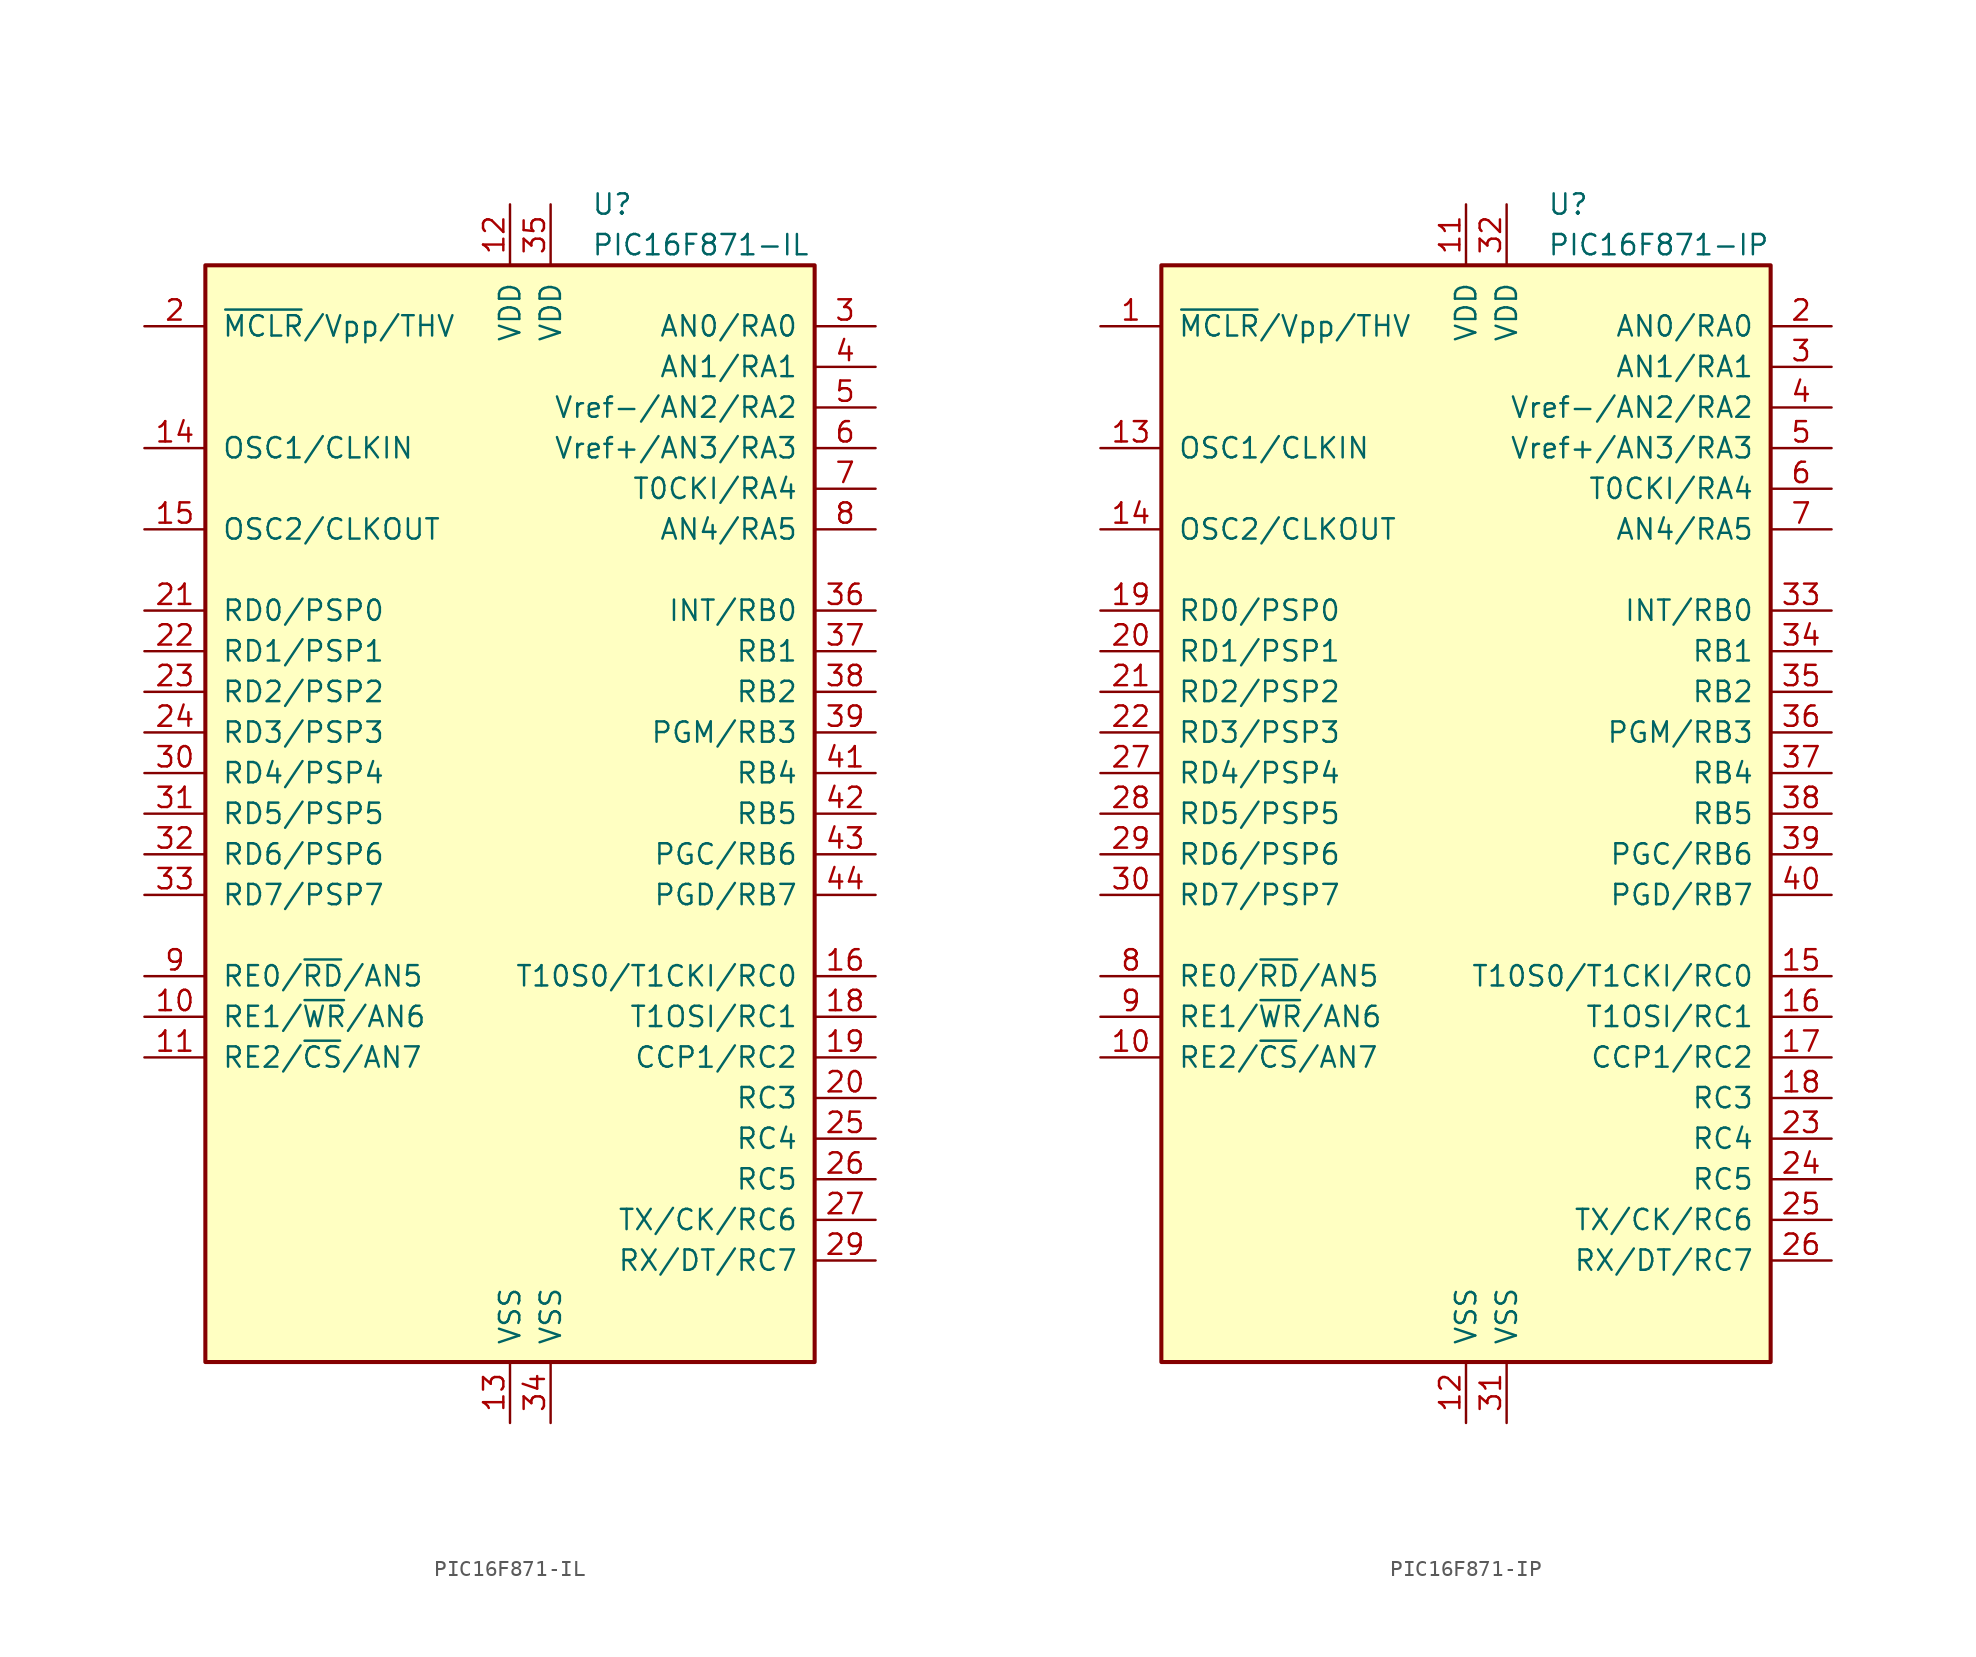
<source format=kicad_sym>
(kicad_symbol_lib
  (version 20201005)
  (generator kicad_symbol_editor)
  (symbol "MCU_Microchip_PIC16:PIC16F871-IL"
    (pin_names
      (offset 1.016))
    (property "Reference" "U"
      (at 5.08 38.1 0)
      (effects (font (size 1.27 1.27)) (justify left)))
    (property "Value" "PIC16F871-IL"
      (at 5.08 35.56 0)
      (effects (font (size 1.27 1.27)) (justify left)))
    (symbol "PIC16F871-IL_0_1"
      (rectangle (start -19.05 -34.29) (end 19.05 34.29) (stroke (width 0.254)) (fill (type background))))
    (symbol "PIC16F871-IL_1_1"
      (pin bidirectional line (at -22.86 -12.7 0) (length 3.81) (name "RE1/~WR~/AN6" (effects (font (size 1.27 1.27)))) (number "10" (effects (font (size 1.27 1.27)))))
      (pin bidirectional line (at -22.86 -15.24 0) (length 3.81) (name "RE2/~CS~/AN7" (effects (font (size 1.27 1.27)))) (number "11" (effects (font (size 1.27 1.27)))))
      (pin power_in line (at 0 38.1 270) (length 3.81) (name "VDD" (effects (font (size 1.27 1.27)))) (number "12" (effects (font (size 1.27 1.27)))))
      (pin power_in line (at 0 -38.1 90) (length 3.81) (name "VSS" (effects (font (size 1.27 1.27)))) (number "13" (effects (font (size 1.27 1.27)))))
      (pin input line (at -22.86 22.86 0) (length 3.81) (name "OSC1/CLKIN" (effects (font (size 1.27 1.27)))) (number "14" (effects (font (size 1.27 1.27)))))
      (pin output line (at -22.86 17.78 0) (length 3.81) (name "OSC2/CLKOUT" (effects (font (size 1.27 1.27)))) (number "15" (effects (font (size 1.27 1.27)))))
      (pin bidirectional line (at 22.86 -10.16 180) (length 3.81) (name "T10S0/T1CKI/RC0" (effects (font (size 1.27 1.27)))) (number "16" (effects (font (size 1.27 1.27)))))
      (pin bidirectional line (at 22.86 -12.7 180) (length 3.81) (name "T1OSI/RC1" (effects (font (size 1.27 1.27)))) (number "18" (effects (font (size 1.27 1.27)))))
      (pin bidirectional line (at 22.86 -15.24 180) (length 3.81) (name "CCP1/RC2" (effects (font (size 1.27 1.27)))) (number "19" (effects (font (size 1.27 1.27)))))
      (pin input line (at -22.86 30.48 0) (length 3.81) (name "~MCLR~/Vpp/THV" (effects (font (size 1.27 1.27)))) (number "2" (effects (font (size 1.27 1.27)))))
      (pin bidirectional line (at 22.86 -17.78 180) (length 3.81) (name "RC3" (effects (font (size 1.27 1.27)))) (number "20" (effects (font (size 1.27 1.27)))))
      (pin bidirectional line (at -22.86 12.7 0) (length 3.81) (name "RD0/PSP0" (effects (font (size 1.27 1.27)))) (number "21" (effects (font (size 1.27 1.27)))))
      (pin bidirectional line (at -22.86 10.16 0) (length 3.81) (name "RD1/PSP1" (effects (font (size 1.27 1.27)))) (number "22" (effects (font (size 1.27 1.27)))))
      (pin bidirectional line (at -22.86 7.62 0) (length 3.81) (name "RD2/PSP2" (effects (font (size 1.27 1.27)))) (number "23" (effects (font (size 1.27 1.27)))))
      (pin bidirectional line (at -22.86 5.08 0) (length 3.81) (name "RD3/PSP3" (effects (font (size 1.27 1.27)))) (number "24" (effects (font (size 1.27 1.27)))))
      (pin bidirectional line (at 22.86 -20.32 180) (length 3.81) (name "RC4" (effects (font (size 1.27 1.27)))) (number "25" (effects (font (size 1.27 1.27)))))
      (pin bidirectional line (at 22.86 -22.86 180) (length 3.81) (name "RC5" (effects (font (size 1.27 1.27)))) (number "26" (effects (font (size 1.27 1.27)))))
      (pin bidirectional line (at 22.86 -25.4 180) (length 3.81) (name "TX/CK/RC6" (effects (font (size 1.27 1.27)))) (number "27" (effects (font (size 1.27 1.27)))))
      (pin bidirectional line (at 22.86 -27.94 180) (length 3.81) (name "RX/DT/RC7" (effects (font (size 1.27 1.27)))) (number "29" (effects (font (size 1.27 1.27)))))
      (pin bidirectional line (at 22.86 30.48 180) (length 3.81) (name "AN0/RA0" (effects (font (size 1.27 1.27)))) (number "3" (effects (font (size 1.27 1.27)))))
      (pin bidirectional line (at -22.86 2.54 0) (length 3.81) (name "RD4/PSP4" (effects (font (size 1.27 1.27)))) (number "30" (effects (font (size 1.27 1.27)))))
      (pin bidirectional line (at -22.86 0 0) (length 3.81) (name "RD5/PSP5" (effects (font (size 1.27 1.27)))) (number "31" (effects (font (size 1.27 1.27)))))
      (pin bidirectional line (at -22.86 -2.54 0) (length 3.81) (name "RD6/PSP6" (effects (font (size 1.27 1.27)))) (number "32" (effects (font (size 1.27 1.27)))))
      (pin bidirectional line (at -22.86 -5.08 0) (length 3.81) (name "RD7/PSP7" (effects (font (size 1.27 1.27)))) (number "33" (effects (font (size 1.27 1.27)))))
      (pin power_in line (at 2.54 -38.1 90) (length 3.81) (name "VSS" (effects (font (size 1.27 1.27)))) (number "34" (effects (font (size 1.27 1.27)))))
      (pin power_in line (at 2.54 38.1 270) (length 3.81) (name "VDD" (effects (font (size 1.27 1.27)))) (number "35" (effects (font (size 1.27 1.27)))))
      (pin bidirectional line (at 22.86 12.7 180) (length 3.81) (name "INT/RB0" (effects (font (size 1.27 1.27)))) (number "36" (effects (font (size 1.27 1.27)))))
      (pin bidirectional line (at 22.86 10.16 180) (length 3.81) (name "RB1" (effects (font (size 1.27 1.27)))) (number "37" (effects (font (size 1.27 1.27)))))
      (pin bidirectional line (at 22.86 7.62 180) (length 3.81) (name "RB2" (effects (font (size 1.27 1.27)))) (number "38" (effects (font (size 1.27 1.27)))))
      (pin bidirectional line (at 22.86 5.08 180) (length 3.81) (name "PGM/RB3" (effects (font (size 1.27 1.27)))) (number "39" (effects (font (size 1.27 1.27)))))
      (pin bidirectional line (at 22.86 27.94 180) (length 3.81) (name "AN1/RA1" (effects (font (size 1.27 1.27)))) (number "4" (effects (font (size 1.27 1.27)))))
      (pin bidirectional line (at 22.86 2.54 180) (length 3.81) (name "RB4" (effects (font (size 1.27 1.27)))) (number "41" (effects (font (size 1.27 1.27)))))
      (pin bidirectional line (at 22.86 0 180) (length 3.81) (name "RB5" (effects (font (size 1.27 1.27)))) (number "42" (effects (font (size 1.27 1.27)))))
      (pin bidirectional line (at 22.86 -2.54 180) (length 3.81) (name "PGC/RB6" (effects (font (size 1.27 1.27)))) (number "43" (effects (font (size 1.27 1.27)))))
      (pin bidirectional line (at 22.86 -5.08 180) (length 3.81) (name "PGD/RB7" (effects (font (size 1.27 1.27)))) (number "44" (effects (font (size 1.27 1.27)))))
      (pin bidirectional line (at 22.86 25.4 180) (length 3.81) (name "Vref-/AN2/RA2" (effects (font (size 1.27 1.27)))) (number "5" (effects (font (size 1.27 1.27)))))
      (pin bidirectional line (at 22.86 22.86 180) (length 3.81) (name "Vref+/AN3/RA3" (effects (font (size 1.27 1.27)))) (number "6" (effects (font (size 1.27 1.27)))))
      (pin bidirectional line (at 22.86 20.32 180) (length 3.81) (name "T0CKI/RA4" (effects (font (size 1.27 1.27)))) (number "7" (effects (font (size 1.27 1.27)))))
      (pin bidirectional line (at 22.86 17.78 180) (length 3.81) (name "AN4/RA5" (effects (font (size 1.27 1.27)))) (number "8" (effects (font (size 1.27 1.27)))))
      (pin bidirectional line (at -22.86 -10.16 0) (length 3.81) (name "RE0/~RD~/AN5" (effects (font (size 1.27 1.27)))) (number "9" (effects (font (size 1.27 1.27)))))))
  (symbol "MCU_Microchip_PIC16:PIC16F871-IP"
    (pin_names
      (offset 1.016))
    (property "Reference" "U"
      (at 5.08 38.1 0)
      (effects (font (size 1.27 1.27)) (justify left)))
    (property "Value" "PIC16F871-IP"
      (at 5.08 35.56 0)
      (effects (font (size 1.27 1.27)) (justify left)))
    (symbol "PIC16F871-IP_0_1"
      (rectangle (start -19.05 -34.29) (end 19.05 34.29) (stroke (width 0.254)) (fill (type background))))
    (symbol "PIC16F871-IP_1_1"
      (pin input line (at -22.86 30.48 0) (length 3.81) (name "~MCLR~/Vpp/THV" (effects (font (size 1.27 1.27)))) (number "1" (effects (font (size 1.27 1.27)))))
      (pin bidirectional line (at -22.86 -15.24 0) (length 3.81) (name "RE2/~CS~/AN7" (effects (font (size 1.27 1.27)))) (number "10" (effects (font (size 1.27 1.27)))))
      (pin power_in line (at 0 38.1 270) (length 3.81) (name "VDD" (effects (font (size 1.27 1.27)))) (number "11" (effects (font (size 1.27 1.27)))))
      (pin power_in line (at 0 -38.1 90) (length 3.81) (name "VSS" (effects (font (size 1.27 1.27)))) (number "12" (effects (font (size 1.27 1.27)))))
      (pin input line (at -22.86 22.86 0) (length 3.81) (name "OSC1/CLKIN" (effects (font (size 1.27 1.27)))) (number "13" (effects (font (size 1.27 1.27)))))
      (pin output line (at -22.86 17.78 0) (length 3.81) (name "OSC2/CLKOUT" (effects (font (size 1.27 1.27)))) (number "14" (effects (font (size 1.27 1.27)))))
      (pin bidirectional line (at 22.86 -10.16 180) (length 3.81) (name "T10S0/T1CKI/RC0" (effects (font (size 1.27 1.27)))) (number "15" (effects (font (size 1.27 1.27)))))
      (pin bidirectional line (at 22.86 -12.7 180) (length 3.81) (name "T1OSI/RC1" (effects (font (size 1.27 1.27)))) (number "16" (effects (font (size 1.27 1.27)))))
      (pin bidirectional line (at 22.86 -15.24 180) (length 3.81) (name "CCP1/RC2" (effects (font (size 1.27 1.27)))) (number "17" (effects (font (size 1.27 1.27)))))
      (pin bidirectional line (at 22.86 -17.78 180) (length 3.81) (name "RC3" (effects (font (size 1.27 1.27)))) (number "18" (effects (font (size 1.27 1.27)))))
      (pin bidirectional line (at -22.86 12.7 0) (length 3.81) (name "RD0/PSP0" (effects (font (size 1.27 1.27)))) (number "19" (effects (font (size 1.27 1.27)))))
      (pin bidirectional line (at 22.86 30.48 180) (length 3.81) (name "AN0/RA0" (effects (font (size 1.27 1.27)))) (number "2" (effects (font (size 1.27 1.27)))))
      (pin bidirectional line (at -22.86 10.16 0) (length 3.81) (name "RD1/PSP1" (effects (font (size 1.27 1.27)))) (number "20" (effects (font (size 1.27 1.27)))))
      (pin bidirectional line (at -22.86 7.62 0) (length 3.81) (name "RD2/PSP2" (effects (font (size 1.27 1.27)))) (number "21" (effects (font (size 1.27 1.27)))))
      (pin bidirectional line (at -22.86 5.08 0) (length 3.81) (name "RD3/PSP3" (effects (font (size 1.27 1.27)))) (number "22" (effects (font (size 1.27 1.27)))))
      (pin bidirectional line (at 22.86 -20.32 180) (length 3.81) (name "RC4" (effects (font (size 1.27 1.27)))) (number "23" (effects (font (size 1.27 1.27)))))
      (pin bidirectional line (at 22.86 -22.86 180) (length 3.81) (name "RC5" (effects (font (size 1.27 1.27)))) (number "24" (effects (font (size 1.27 1.27)))))
      (pin bidirectional line (at 22.86 -25.4 180) (length 3.81) (name "TX/CK/RC6" (effects (font (size 1.27 1.27)))) (number "25" (effects (font (size 1.27 1.27)))))
      (pin bidirectional line (at 22.86 -27.94 180) (length 3.81) (name "RX/DT/RC7" (effects (font (size 1.27 1.27)))) (number "26" (effects (font (size 1.27 1.27)))))
      (pin bidirectional line (at -22.86 2.54 0) (length 3.81) (name "RD4/PSP4" (effects (font (size 1.27 1.27)))) (number "27" (effects (font (size 1.27 1.27)))))
      (pin bidirectional line (at -22.86 0 0) (length 3.81) (name "RD5/PSP5" (effects (font (size 1.27 1.27)))) (number "28" (effects (font (size 1.27 1.27)))))
      (pin bidirectional line (at -22.86 -2.54 0) (length 3.81) (name "RD6/PSP6" (effects (font (size 1.27 1.27)))) (number "29" (effects (font (size 1.27 1.27)))))
      (pin bidirectional line (at 22.86 27.94 180) (length 3.81) (name "AN1/RA1" (effects (font (size 1.27 1.27)))) (number "3" (effects (font (size 1.27 1.27)))))
      (pin bidirectional line (at -22.86 -5.08 0) (length 3.81) (name "RD7/PSP7" (effects (font (size 1.27 1.27)))) (number "30" (effects (font (size 1.27 1.27)))))
      (pin power_in line (at 2.54 -38.1 90) (length 3.81) (name "VSS" (effects (font (size 1.27 1.27)))) (number "31" (effects (font (size 1.27 1.27)))))
      (pin power_in line (at 2.54 38.1 270) (length 3.81) (name "VDD" (effects (font (size 1.27 1.27)))) (number "32" (effects (font (size 1.27 1.27)))))
      (pin bidirectional line (at 22.86 12.7 180) (length 3.81) (name "INT/RB0" (effects (font (size 1.27 1.27)))) (number "33" (effects (font (size 1.27 1.27)))))
      (pin bidirectional line (at 22.86 10.16 180) (length 3.81) (name "RB1" (effects (font (size 1.27 1.27)))) (number "34" (effects (font (size 1.27 1.27)))))
      (pin bidirectional line (at 22.86 7.62 180) (length 3.81) (name "RB2" (effects (font (size 1.27 1.27)))) (number "35" (effects (font (size 1.27 1.27)))))
      (pin bidirectional line (at 22.86 5.08 180) (length 3.81) (name "PGM/RB3" (effects (font (size 1.27 1.27)))) (number "36" (effects (font (size 1.27 1.27)))))
      (pin bidirectional line (at 22.86 2.54 180) (length 3.81) (name "RB4" (effects (font (size 1.27 1.27)))) (number "37" (effects (font (size 1.27 1.27)))))
      (pin bidirectional line (at 22.86 0 180) (length 3.81) (name "RB5" (effects (font (size 1.27 1.27)))) (number "38" (effects (font (size 1.27 1.27)))))
      (pin bidirectional line (at 22.86 -2.54 180) (length 3.81) (name "PGC/RB6" (effects (font (size 1.27 1.27)))) (number "39" (effects (font (size 1.27 1.27)))))
      (pin bidirectional line (at 22.86 25.4 180) (length 3.81) (name "Vref-/AN2/RA2" (effects (font (size 1.27 1.27)))) (number "4" (effects (font (size 1.27 1.27)))))
      (pin bidirectional line (at 22.86 -5.08 180) (length 3.81) (name "PGD/RB7" (effects (font (size 1.27 1.27)))) (number "40" (effects (font (size 1.27 1.27)))))
      (pin bidirectional line (at 22.86 22.86 180) (length 3.81) (name "Vref+/AN3/RA3" (effects (font (size 1.27 1.27)))) (number "5" (effects (font (size 1.27 1.27)))))
      (pin bidirectional line (at 22.86 20.32 180) (length 3.81) (name "T0CKI/RA4" (effects (font (size 1.27 1.27)))) (number "6" (effects (font (size 1.27 1.27)))))
      (pin bidirectional line (at 22.86 17.78 180) (length 3.81) (name "AN4/RA5" (effects (font (size 1.27 1.27)))) (number "7" (effects (font (size 1.27 1.27)))))
      (pin bidirectional line (at -22.86 -10.16 0) (length 3.81) (name "RE0/~RD~/AN5" (effects (font (size 1.27 1.27)))) (number "8" (effects (font (size 1.27 1.27)))))
      (pin bidirectional line (at -22.86 -12.7 0) (length 3.81) (name "RE1/~WR~/AN6" (effects (font (size 1.27 1.27)))) (number "9" (effects (font (size 1.27 1.27))))))))
</source>
